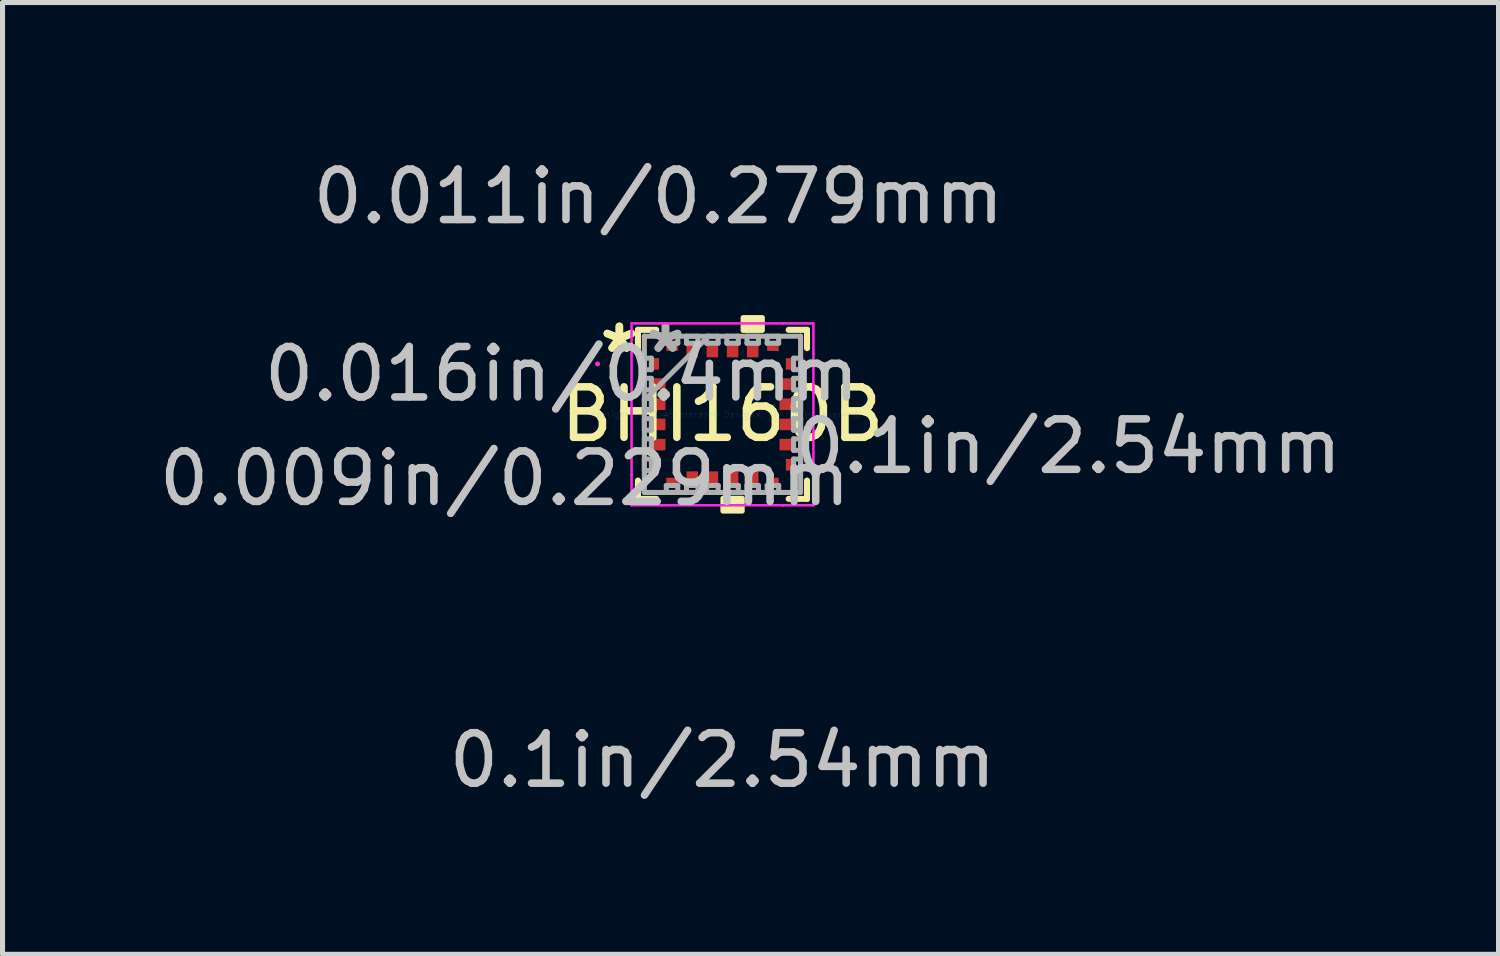
<source format=kicad_pcb>
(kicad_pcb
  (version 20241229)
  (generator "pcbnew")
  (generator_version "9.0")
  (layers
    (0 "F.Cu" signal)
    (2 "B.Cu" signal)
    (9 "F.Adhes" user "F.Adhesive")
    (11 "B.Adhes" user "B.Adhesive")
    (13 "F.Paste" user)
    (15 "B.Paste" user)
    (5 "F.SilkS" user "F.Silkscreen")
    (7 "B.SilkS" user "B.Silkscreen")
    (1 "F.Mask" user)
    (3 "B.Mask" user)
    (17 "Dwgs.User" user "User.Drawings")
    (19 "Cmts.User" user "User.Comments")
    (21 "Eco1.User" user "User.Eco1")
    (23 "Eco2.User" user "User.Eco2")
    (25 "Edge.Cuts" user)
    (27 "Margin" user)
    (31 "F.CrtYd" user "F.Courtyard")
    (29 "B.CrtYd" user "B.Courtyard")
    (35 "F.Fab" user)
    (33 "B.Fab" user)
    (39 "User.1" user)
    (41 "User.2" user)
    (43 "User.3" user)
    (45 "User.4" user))
  (footprint "BHI160B"
    (layer "F.Cu")
    (at 11.276 5.166)
    (property "Reference" "BHI160B" (at 0 0 0) (layer "F.SilkS") (effects (font (size 1 1) (thickness 0.15))))
    (attr through_hole)
    (fp_line (start -1.676 -1.676) (end -1.676 -1.313) (stroke (width 0.12) (type solid)) (layer "F.SilkS"))
    (fp_line (start -1.676 1.313) (end -1.676 1.676) (stroke (width 0.12) (type solid)) (layer "F.SilkS"))
    (fp_line (start -1.676 1.676) (end -1.313 1.676) (stroke (width 0.12) (type solid)) (layer "F.SilkS"))
    (fp_line (start -1.313 -1.676) (end -1.676 -1.676) (stroke (width 0.12) (type solid)) (layer "F.SilkS"))
    (fp_line (start 1.313 1.676) (end 1.676 1.676) (stroke (width 0.12) (type solid)) (layer "F.SilkS"))
    (fp_line (start 1.676 -1.676) (end 1.313 -1.676) (stroke (width 0.12) (type solid)) (layer "F.SilkS"))
    (fp_line (start 1.676 -1.313) (end 1.676 -1.676) (stroke (width 0.12) (type solid)) (layer "F.SilkS"))
    (fp_line (start 1.676 1.676) (end 1.676 1.313) (stroke (width 0.12) (type solid)) (layer "F.SilkS"))
    (fp_poly (pts (xy 0.009 1.664) (xy 0.009 1.918) (xy 0.391 1.918) (xy 0.391 1.664)) (stroke (width 0.1) (type solid)) (fill yes) (layer "F.SilkS"))
    (fp_poly (pts (xy 0.409 -1.664) (xy 0.409 -1.918) (xy 0.79 -1.918) (xy 0.79 -1.664)) (stroke (width 0.1) (type solid)) (fill yes) (layer "F.SilkS"))
    (fp_line (start -1.803 -1.803) (end -1.2 -1.803) (stroke (width 0.05) (type solid)) (layer "F.CrtYd"))
    (fp_line (start -1.803 -1.2) (end -1.803 -1.803) (stroke (width 0.05) (type solid)) (layer "F.CrtYd"))
    (fp_line (start -1.803 -1.2) (end -1.803 -1.2) (stroke (width 0.05) (type solid)) (layer "F.CrtYd"))
    (fp_line (start -1.803 1.2) (end -1.803 -1.2) (stroke (width 0.05) (type solid)) (layer "F.CrtYd"))
    (fp_line (start -1.803 1.2) (end -1.803 1.2) (stroke (width 0.05) (type solid)) (layer "F.CrtYd"))
    (fp_line (start -1.803 1.803) (end -1.803 1.2) (stroke (width 0.05) (type solid)) (layer "F.CrtYd"))
    (fp_line (start -1.2 -1.803) (end -1.2 -1.803) (stroke (width 0.05) (type solid)) (layer "F.CrtYd"))
    (fp_line (start -1.2 -1.803) (end 1.2 -1.803) (stroke (width 0.05) (type solid)) (layer "F.CrtYd"))
    (fp_line (start -1.2 1.803) (end -1.803 1.803) (stroke (width 0.05) (type solid)) (layer "F.CrtYd"))
    (fp_line (start -1.2 1.803) (end -1.2 1.803) (stroke (width 0.05) (type solid)) (layer "F.CrtYd"))
    (fp_line (start 1.2 -1.803) (end 1.2 -1.803) (stroke (width 0.05) (type solid)) (layer "F.CrtYd"))
    (fp_line (start 1.2 -1.803) (end 1.803 -1.803) (stroke (width 0.05) (type solid)) (layer "F.CrtYd"))
    (fp_line (start 1.2 1.803) (end -1.2 1.803) (stroke (width 0.05) (type solid)) (layer "F.CrtYd"))
    (fp_line (start 1.2 1.803) (end 1.2 1.803) (stroke (width 0.05) (type solid)) (layer "F.CrtYd"))
    (fp_line (start 1.803 -1.803) (end 1.803 -1.2) (stroke (width 0.05) (type solid)) (layer "F.CrtYd"))
    (fp_line (start 1.803 -1.2) (end 1.803 -1.2) (stroke (width 0.05) (type solid)) (layer "F.CrtYd"))
    (fp_line (start 1.803 -1.2) (end 1.803 1.2) (stroke (width 0.05) (type solid)) (layer "F.CrtYd"))
    (fp_line (start 1.803 1.2) (end 1.803 1.2) (stroke (width 0.05) (type solid)) (layer "F.CrtYd"))
    (fp_line (start 1.803 1.2) (end 1.803 1.803) (stroke (width 0.05) (type solid)) (layer "F.CrtYd"))
    (fp_line (start 1.803 1.803) (end 1.2 1.803) (stroke (width 0.05) (type solid)) (layer "F.CrtYd"))
    (fp_circle (center -2.477 -1) (end -2.477 -1) (stroke (width 0.05) (type solid)) (fill no) (layer "F.CrtYd"))
    (fp_line (start -1.549 -1.549) (end -1.549 -1.549) (stroke (width 0.1) (type solid)) (layer "F.Fab"))
    (fp_line (start -1.549 -1.549) (end -1.549 1.549) (stroke (width 0.1) (type solid)) (layer "F.Fab"))
    (fp_line (start -1.549 -1.114) (end -1.41 -1.114) (stroke (width 0.1) (type solid)) (layer "F.Fab"))
    (fp_line (start -1.549 -0.886) (end -1.549 -1.114) (stroke (width 0.1) (type solid)) (layer "F.Fab"))
    (fp_line (start -1.549 -0.714) (end -1.41 -0.714) (stroke (width 0.1) (type solid)) (layer "F.Fab"))
    (fp_line (start -1.549 -0.486) (end -1.549 -0.714) (stroke (width 0.1) (type solid)) (layer "F.Fab"))
    (fp_line (start -1.549 -0.314) (end -1.41 -0.314) (stroke (width 0.1) (type solid)) (layer "F.Fab"))
    (fp_line (start -1.549 -0.279) (end -0.279 -1.549) (stroke (width 0.1) (type solid)) (layer "F.Fab"))
    (fp_line (start -1.549 -0.086) (end -1.549 -0.314) (stroke (width 0.1) (type solid)) (layer "F.Fab"))
    (fp_line (start -1.549 0.086) (end -1.41 0.086) (stroke (width 0.1) (type solid)) (layer "F.Fab"))
    (fp_line (start -1.549 0.314) (end -1.549 0.086) (stroke (width 0.1) (type solid)) (layer "F.Fab"))
    (fp_line (start -1.549 0.486) (end -1.41 0.486) (stroke (width 0.1) (type solid)) (layer "F.Fab"))
    (fp_line (start -1.549 0.714) (end -1.549 0.486) (stroke (width 0.1) (type solid)) (layer "F.Fab"))
    (fp_line (start -1.549 0.886) (end -1.41 0.886) (stroke (width 0.1) (type solid)) (layer "F.Fab"))
    (fp_line (start -1.549 1.114) (end -1.549 0.886) (stroke (width 0.1) (type solid)) (layer "F.Fab"))
    (fp_line (start -1.549 1.549) (end -1.549 1.549) (stroke (width 0.1) (type solid)) (layer "F.Fab"))
    (fp_line (start -1.549 1.549) (end 1.549 1.549) (stroke (width 0.1) (type solid)) (layer "F.Fab"))
    (fp_line (start -1.41 -1.114) (end -1.41 -0.886) (stroke (width 0.1) (type solid)) (layer "F.Fab"))
    (fp_line (start -1.41 -0.886) (end -1.549 -0.886) (stroke (width 0.1) (type solid)) (layer "F.Fab"))
    (fp_line (start -1.41 -0.714) (end -1.41 -0.486) (stroke (width 0.1) (type solid)) (layer "F.Fab"))
    (fp_line (start -1.41 -0.486) (end -1.549 -0.486) (stroke (width 0.1) (type solid)) (layer "F.Fab"))
    (fp_line (start -1.41 -0.314) (end -1.41 -0.086) (stroke (width 0.1) (type solid)) (layer "F.Fab"))
    (fp_line (start -1.41 -0.086) (end -1.549 -0.086) (stroke (width 0.1) (type solid)) (layer "F.Fab"))
    (fp_line (start -1.41 0.086) (end -1.41 0.314) (stroke (width 0.1) (type solid)) (layer "F.Fab"))
    (fp_line (start -1.41 0.314) (end -1.549 0.314) (stroke (width 0.1) (type solid)) (layer "F.Fab"))
    (fp_line (start -1.41 0.486) (end -1.41 0.714) (stroke (width 0.1) (type solid)) (layer "F.Fab"))
    (fp_line (start -1.41 0.714) (end -1.549 0.714) (stroke (width 0.1) (type solid)) (layer "F.Fab"))
    (fp_line (start -1.41 0.886) (end -1.41 1.114) (stroke (width 0.1) (type solid)) (layer "F.Fab"))
    (fp_line (start -1.41 1.114) (end -1.549 1.114) (stroke (width 0.1) (type solid)) (layer "F.Fab"))
    (fp_line (start -1.114 -1.549) (end -0.886 -1.549) (stroke (width 0.1) (type solid)) (layer "F.Fab"))
    (fp_line (start -1.114 -1.41) (end -1.114 -1.549) (stroke (width 0.1) (type solid)) (layer "F.Fab"))
    (fp_line (start -1.114 1.41) (end -0.886 1.41) (stroke (width 0.1) (type solid)) (layer "F.Fab"))
    (fp_line (start -1.114 1.549) (end -1.114 1.41) (stroke (width 0.1) (type solid)) (layer "F.Fab"))
    (fp_line (start -0.886 -1.549) (end -0.886 -1.41) (stroke (width 0.1) (type solid)) (layer "F.Fab"))
    (fp_line (start -0.886 -1.41) (end -1.114 -1.41) (stroke (width 0.1) (type solid)) (layer "F.Fab"))
    (fp_line (start -0.886 1.41) (end -0.886 1.549) (stroke (width 0.1) (type solid)) (layer "F.Fab"))
    (fp_line (start -0.886 1.549) (end -1.114 1.549) (stroke (width 0.1) (type solid)) (layer "F.Fab"))
    (fp_line (start -0.714 -1.549) (end -0.486 -1.549) (stroke (width 0.1) (type solid)) (layer "F.Fab"))
    (fp_line (start -0.714 -1.41) (end -0.714 -1.549) (stroke (width 0.1) (type solid)) (layer "F.Fab"))
    (fp_line (start -0.714 1.41) (end -0.486 1.41) (stroke (width 0.1) (type solid)) (layer "F.Fab"))
    (fp_line (start -0.714 1.549) (end -0.714 1.41) (stroke (width 0.1) (type solid)) (layer "F.Fab"))
    (fp_line (start -0.486 -1.549) (end -0.486 -1.41) (stroke (width 0.1) (type solid)) (layer "F.Fab"))
    (fp_line (start -0.486 -1.41) (end -0.714 -1.41) (stroke (width 0.1) (type solid)) (layer "F.Fab"))
    (fp_line (start -0.486 1.41) (end -0.486 1.549) (stroke (width 0.1) (type solid)) (layer "F.Fab"))
    (fp_line (start -0.486 1.549) (end -0.714 1.549) (stroke (width 0.1) (type solid)) (layer "F.Fab"))
    (fp_line (start -0.314 -1.549) (end -0.086 -1.549) (stroke (width 0.1) (type solid)) (layer "F.Fab"))
    (fp_line (start -0.314 -1.41) (end -0.314 -1.549) (stroke (width 0.1) (type solid)) (layer "F.Fab"))
    (fp_line (start -0.314 1.41) (end -0.086 1.41) (stroke (width 0.1) (type solid)) (layer "F.Fab"))
    (fp_line (start -0.314 1.549) (end -0.314 1.41) (stroke (width 0.1) (type solid)) (layer "F.Fab"))
    (fp_line (start -0.086 -1.549) (end -0.086 -1.41) (stroke (width 0.1) (type solid)) (layer "F.Fab"))
    (fp_line (start -0.086 -1.41) (end -0.314 -1.41) (stroke (width 0.1) (type solid)) (layer "F.Fab"))
    (fp_line (start -0.086 1.41) (end -0.086 1.549) (stroke (width 0.1) (type solid)) (layer "F.Fab"))
    (fp_line (start -0.086 1.549) (end -0.314 1.549) (stroke (width 0.1) (type solid)) (layer "F.Fab"))
    (fp_line (start 0.086 -1.549) (end 0.314 -1.549) (stroke (width 0.1) (type solid)) (layer "F.Fab"))
    (fp_line (start 0.086 -1.41) (end 0.086 -1.549) (stroke (width 0.1) (type solid)) (layer "F.Fab"))
    (fp_line (start 0.086 1.41) (end 0.314 1.41) (stroke (width 0.1) (type solid)) (layer "F.Fab"))
    (fp_line (start 0.086 1.549) (end 0.086 1.41) (stroke (width 0.1) (type solid)) (layer "F.Fab"))
    (fp_line (start 0.314 -1.549) (end 0.314 -1.41) (stroke (width 0.1) (type solid)) (layer "F.Fab"))
    (fp_line (start 0.314 -1.41) (end 0.086 -1.41) (stroke (width 0.1) (type solid)) (layer "F.Fab"))
    (fp_line (start 0.314 1.41) (end 0.314 1.549) (stroke (width 0.1) (type solid)) (layer "F.Fab"))
    (fp_line (start 0.314 1.549) (end 0.086 1.549) (stroke (width 0.1) (type solid)) (layer "F.Fab"))
    (fp_line (start 0.486 -1.549) (end 0.714 -1.549) (stroke (width 0.1) (type solid)) (layer "F.Fab"))
    (fp_line (start 0.486 -1.41) (end 0.486 -1.549) (stroke (width 0.1) (type solid)) (layer "F.Fab"))
    (fp_line (start 0.486 1.41) (end 0.714 1.41) (stroke (width 0.1) (type solid)) (layer "F.Fab"))
    (fp_line (start 0.486 1.549) (end 0.486 1.41) (stroke (width 0.1) (type solid)) (layer "F.Fab"))
    (fp_line (start 0.714 -1.549) (end 0.714 -1.41) (stroke (width 0.1) (type solid)) (layer "F.Fab"))
    (fp_line (start 0.714 -1.41) (end 0.486 -1.41) (stroke (width 0.1) (type solid)) (layer "F.Fab"))
    (fp_line (start 0.714 1.41) (end 0.714 1.549) (stroke (width 0.1) (type solid)) (layer "F.Fab"))
    (fp_line (start 0.714 1.549) (end 0.486 1.549) (stroke (width 0.1) (type solid)) (layer "F.Fab"))
    (fp_line (start 0.886 -1.549) (end 1.114 -1.549) (stroke (width 0.1) (type solid)) (layer "F.Fab"))
    (fp_line (start 0.886 -1.41) (end 0.886 -1.549) (stroke (width 0.1) (type solid)) (layer "F.Fab"))
    (fp_line (start 0.886 1.41) (end 1.114 1.41) (stroke (width 0.1) (type solid)) (layer "F.Fab"))
    (fp_line (start 0.886 1.549) (end 0.886 1.41) (stroke (width 0.1) (type solid)) (layer "F.Fab"))
    (fp_line (start 1.114 -1.549) (end 1.114 -1.41) (stroke (width 0.1) (type solid)) (layer "F.Fab"))
    (fp_line (start 1.114 -1.41) (end 0.886 -1.41) (stroke (width 0.1) (type solid)) (layer "F.Fab"))
    (fp_line (start 1.114 1.41) (end 1.114 1.549) (stroke (width 0.1) (type solid)) (layer "F.Fab"))
    (fp_line (start 1.114 1.549) (end 0.886 1.549) (stroke (width 0.1) (type solid)) (layer "F.Fab"))
    (fp_line (start 1.41 -1.114) (end 1.549 -1.114) (stroke (width 0.1) (type solid)) (layer "F.Fab"))
    (fp_line (start 1.41 -0.886) (end 1.41 -1.114) (stroke (width 0.1) (type solid)) (layer "F.Fab"))
    (fp_line (start 1.41 -0.714) (end 1.549 -0.714) (stroke (width 0.1) (type solid)) (layer "F.Fab"))
    (fp_line (start 1.41 -0.486) (end 1.41 -0.714) (stroke (width 0.1) (type solid)) (layer "F.Fab"))
    (fp_line (start 1.41 -0.314) (end 1.549 -0.314) (stroke (width 0.1) (type solid)) (layer "F.Fab"))
    (fp_line (start 1.41 -0.086) (end 1.41 -0.314) (stroke (width 0.1) (type solid)) (layer "F.Fab"))
    (fp_line (start 1.41 0.086) (end 1.549 0.086) (stroke (width 0.1) (type solid)) (layer "F.Fab"))
    (fp_line (start 1.41 0.314) (end 1.41 0.086) (stroke (width 0.1) (type solid)) (layer "F.Fab"))
    (fp_line (start 1.41 0.486) (end 1.549 0.486) (stroke (width 0.1) (type solid)) (layer "F.Fab"))
    (fp_line (start 1.41 0.714) (end 1.41 0.486) (stroke (width 0.1) (type solid)) (layer "F.Fab"))
    (fp_line (start 1.41 0.886) (end 1.549 0.886) (stroke (width 0.1) (type solid)) (layer "F.Fab"))
    (fp_line (start 1.41 1.114) (end 1.41 0.886) (stroke (width 0.1) (type solid)) (layer "F.Fab"))
    (fp_line (start 1.549 -1.549) (end -1.549 -1.549) (stroke (width 0.1) (type solid)) (layer "F.Fab"))
    (fp_line (start 1.549 -1.549) (end 1.549 -1.549) (stroke (width 0.1) (type solid)) (layer "F.Fab"))
    (fp_line (start 1.549 -1.114) (end 1.549 -0.886) (stroke (width 0.1) (type solid)) (layer "F.Fab"))
    (fp_line (start 1.549 -0.886) (end 1.41 -0.886) (stroke (width 0.1) (type solid)) (layer "F.Fab"))
    (fp_line (start 1.549 -0.714) (end 1.549 -0.486) (stroke (width 0.1) (type solid)) (layer "F.Fab"))
    (fp_line (start 1.549 -0.486) (end 1.41 -0.486) (stroke (width 0.1) (type solid)) (layer "F.Fab"))
    (fp_line (start 1.549 -0.314) (end 1.549 -0.086) (stroke (width 0.1) (type solid)) (layer "F.Fab"))
    (fp_line (start 1.549 -0.086) (end 1.41 -0.086) (stroke (width 0.1) (type solid)) (layer "F.Fab"))
    (fp_line (start 1.549 0.086) (end 1.549 0.314) (stroke (width 0.1) (type solid)) (layer "F.Fab"))
    (fp_line (start 1.549 0.314) (end 1.41 0.314) (stroke (width 0.1) (type solid)) (layer "F.Fab"))
    (fp_line (start 1.549 0.486) (end 1.549 0.714) (stroke (width 0.1) (type solid)) (layer "F.Fab"))
    (fp_line (start 1.549 0.714) (end 1.41 0.714) (stroke (width 0.1) (type solid)) (layer "F.Fab"))
    (fp_line (start 1.549 0.886) (end 1.549 1.114) (stroke (width 0.1) (type solid)) (layer "F.Fab"))
    (fp_line (start 1.549 1.114) (end 1.41 1.114) (stroke (width 0.1) (type solid)) (layer "F.Fab"))
    (fp_line (start 1.549 1.549) (end 1.549 -1.549) (stroke (width 0.1) (type solid)) (layer "F.Fab"))
    (fp_line (start 1.549 1.549) (end 1.549 1.549) (stroke (width 0.1) (type solid)) (layer "F.Fab"))
    (fp_text user "*" (at -2.045 -1.2 0) (layer "F.SilkS") (effects (font (size 1 1) (thickness 0.15))))
    (fp_text user "*" (at -2.045 -1.2 0) (layer "F.SilkS") (effects (font (size 1 1) (thickness 0.15))))
    (fp_text user "0.009in/0.229mm" (at -4.318 1.27 0) (layer "Dwgs.User") (effects (font (size 1 1) (thickness 0.15))))
    (fp_text user "0.1in/2.54mm" (at 0 6.858 0) (layer "Dwgs.User") (effects (font (size 1 1) (thickness 0.15))))
    (fp_text user "0.1in/2.54mm" (at 6.858 0.635 0) (layer "Dwgs.User") (effects (font (size 1 1) (thickness 0.15))))
    (fp_text user "0.016in/0.4mm" (at -3.188 -0.8 0) (layer "Dwgs.User") (effects (font (size 1 1) (thickness 0.15))))
    (fp_text user "0.011in/0.279mm" (at -1.27 -4.318 0) (layer "Dwgs.User") (effects (font (size 1 1) (thickness 0.15))))
    (fp_text user "Copyright 2021 Accelerated Designs. All rights reserved." (at 0 0 0) (layer "Cmts.User") (effects (font (size 0.127 0.127) (thickness 0.002))))
    (fp_text user "*" (at -1.13 -1.2 0) (layer "F.Fab") (effects (font (size 1 1) (thickness 0.15))))
    (fp_text user "*" (at -1.13 -1.2 0) (layer "F.Fab") (effects (font (size 1 1) (thickness 0.15))))
    (pad "1" smd rect (at -1.333 -1 90) (size 0.229 0.152) (layers "F.Cu" "F.Mask" "F.Paste"))
    (pad "2" smd rect (at -1.27 -0.6 90) (size 0.229 0.279) (layers "F.Cu" "F.Mask" "F.Paste"))
    (pad "3" smd rect (at -1.27 -0.2 90) (size 0.229 0.279) (layers "F.Cu" "F.Mask" "F.Paste"))
    (pad "4" smd rect (at -1.27 0.2 90) (size 0.229 0.279) (layers "F.Cu" "F.Mask" "F.Paste"))
    (pad "5" smd rect (at -1.27 0.6 90) (size 0.229 0.279) (layers "F.Cu" "F.Mask" "F.Paste"))
    (pad "6" smd rect (at -1.333 1 90) (size 0.229 0.152) (layers "F.Cu" "F.Mask" "F.Paste"))
    (pad "7" smd rect (at -1 1.333) (size 0.229 0.152) (layers "F.Cu" "F.Mask" "F.Paste"))
    (pad "8" smd rect (at -0.6 1.27) (size 0.229 0.279) (layers "F.Cu" "F.Mask" "F.Paste"))
    (pad "9" smd rect (at -0.2 1.27) (size 0.229 0.279) (layers "F.Cu" "F.Mask" "F.Paste"))
    (pad "10" smd rect (at 0.2 1.27) (size 0.229 0.279) (layers "F.Cu" "F.Mask" "F.Paste"))
    (pad "11" smd rect (at 0.6 1.27) (size 0.229 0.279) (layers "F.Cu" "F.Mask" "F.Paste"))
    (pad "12" smd rect (at 1 1.333) (size 0.229 0.152) (layers "F.Cu" "F.Mask" "F.Paste"))
    (pad "13" smd rect (at 1.333 1 90) (size 0.229 0.152) (layers "F.Cu" "F.Mask" "F.Paste"))
    (pad "14" smd rect (at 1.27 0.6 90) (size 0.229 0.279) (layers "F.Cu" "F.Mask" "F.Paste"))
    (pad "15" smd rect (at 1.27 0.2 90) (size 0.229 0.279) (layers "F.Cu" "F.Mask" "F.Paste"))
    (pad "16" smd rect (at 1.27 -0.2 90) (size 0.229 0.279) (layers "F.Cu" "F.Mask" "F.Paste"))
    (pad "17" smd rect (at 1.27 -0.6 90) (size 0.229 0.279) (layers "F.Cu" "F.Mask" "F.Paste"))
    (pad "18" smd rect (at 1.333 -1 90) (size 0.229 0.152) (layers "F.Cu" "F.Mask" "F.Paste"))
    (pad "19" smd rect (at 1 -1.333) (size 0.229 0.152) (layers "F.Cu" "F.Mask" "F.Paste"))
    (pad "20" smd rect (at 0.6 -1.27) (size 0.229 0.279) (layers "F.Cu" "F.Mask" "F.Paste"))
    (pad "21" smd rect (at 0.2 -1.27) (size 0.229 0.279) (layers "F.Cu" "F.Mask" "F.Paste"))
    (pad "22" smd rect (at -0.2 -1.27) (size 0.229 0.279) (layers "F.Cu" "F.Mask" "F.Paste"))
    (pad "23" smd rect (at -0.6 -1.27) (size 0.229 0.279) (layers "F.Cu" "F.Mask" "F.Paste"))
    (pad "24" smd rect (at -1 -1.333) (size 0.229 0.152) (layers "F.Cu" "F.Mask" "F.Paste")))
  (gr_rect
    (start -3 -3)
    (end 26.664 15.873)
    (stroke (width 0.1) (type default))
    (fill no)
    (layer "Edge.Cuts")))
</source>
